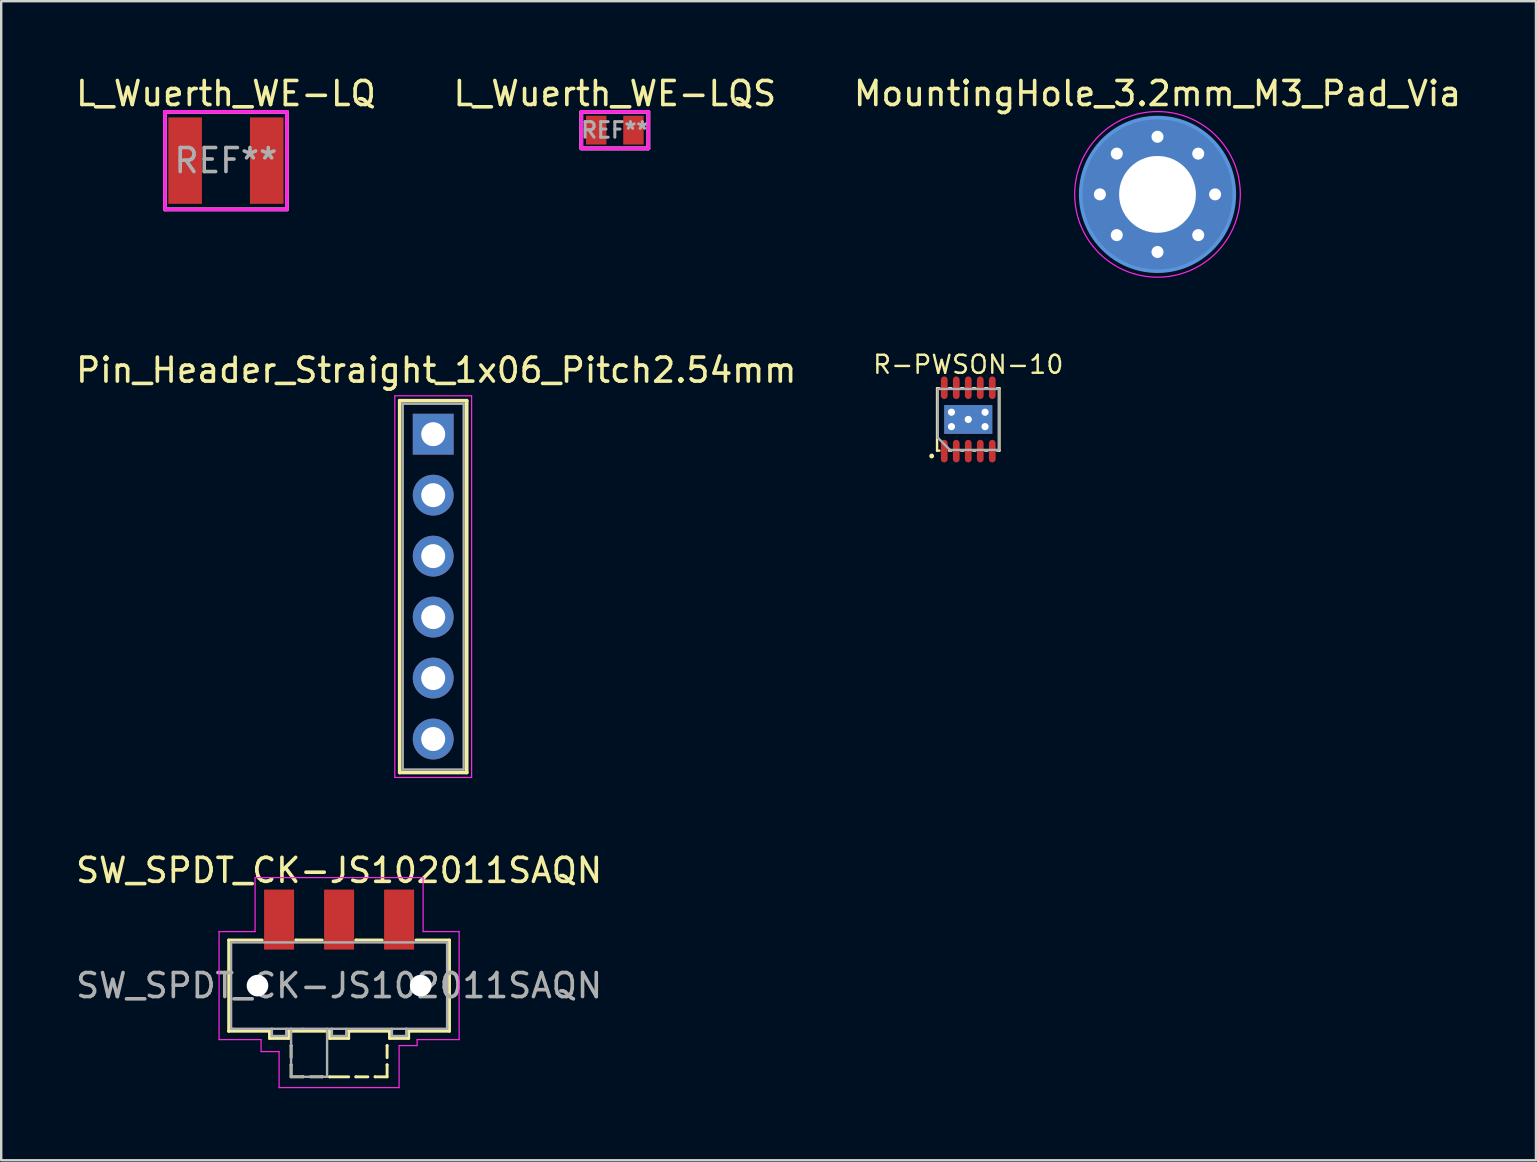
<source format=kicad_pcb>
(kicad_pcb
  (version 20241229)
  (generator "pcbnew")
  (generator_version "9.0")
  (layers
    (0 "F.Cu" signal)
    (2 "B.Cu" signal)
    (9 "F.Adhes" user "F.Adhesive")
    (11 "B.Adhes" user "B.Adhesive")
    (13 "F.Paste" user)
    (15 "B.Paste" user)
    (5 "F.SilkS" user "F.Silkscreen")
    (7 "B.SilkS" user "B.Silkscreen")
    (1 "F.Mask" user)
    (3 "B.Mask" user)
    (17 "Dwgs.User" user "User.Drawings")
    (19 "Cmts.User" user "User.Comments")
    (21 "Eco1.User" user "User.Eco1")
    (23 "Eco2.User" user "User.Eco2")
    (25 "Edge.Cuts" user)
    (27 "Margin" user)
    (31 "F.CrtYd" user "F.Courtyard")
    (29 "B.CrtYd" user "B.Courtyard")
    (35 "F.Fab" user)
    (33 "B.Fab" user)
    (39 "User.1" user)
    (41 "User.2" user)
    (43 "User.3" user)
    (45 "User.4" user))
  (footprint "R-PWSON-10"
    (layer "F.Cu")
    (at 37.289 14.424)
    (property "Reference" "R-PWSON-10" (at 0 -2.286 0) (layer "F.SilkS") (effects (font (size 0.75 0.75) (thickness 0.1))))
    (attr through_hole)
    (fp_line (start -1.3 -1.3) (end -1.3 1.3) (stroke (width 0.1) (type solid)) (layer "F.SilkS"))
    (fp_line (start -1.3 -1.3) (end -1.2 -1.3) (stroke (width 0.1) (type solid)) (layer "F.SilkS"))
    (fp_line (start -1.3 1.3) (end -1.2 1.3) (stroke (width 0.1) (type solid)) (layer "F.SilkS"))
    (fp_line (start -0.8 -1.3) (end -0.7 -1.3) (stroke (width 0.1) (type solid)) (layer "F.SilkS"))
    (fp_line (start -0.8 1.3) (end -0.7 1.3) (stroke (width 0.1) (type solid)) (layer "F.SilkS"))
    (fp_line (start -0.3 -1.3) (end -0.2 -1.3) (stroke (width 0.1) (type solid)) (layer "F.SilkS"))
    (fp_line (start -0.3 1.3) (end -0.2 1.3) (stroke (width 0.1) (type solid)) (layer "F.SilkS"))
    (fp_line (start 0.3 -1.3) (end 0.2 -1.3) (stroke (width 0.1) (type solid)) (layer "F.SilkS"))
    (fp_line (start 0.3 1.3) (end 0.2 1.3) (stroke (width 0.1) (type solid)) (layer "F.SilkS"))
    (fp_line (start 0.8 -1.3) (end 0.7 -1.3) (stroke (width 0.1) (type solid)) (layer "F.SilkS"))
    (fp_line (start 0.8 1.3) (end 0.7 1.3) (stroke (width 0.1) (type solid)) (layer "F.SilkS"))
    (fp_line (start 1.3 -1.3) (end 1.2 -1.3) (stroke (width 0.1) (type solid)) (layer "F.SilkS"))
    (fp_line (start 1.3 1.3) (end 1.2 1.3) (stroke (width 0.1) (type solid)) (layer "F.SilkS"))
    (fp_line (start 1.3 1.3) (end 1.3 -1.3) (stroke (width 0.1) (type solid)) (layer "F.SilkS"))
    (fp_circle (center -1.524 1.524) (end -1.524 1.473) (stroke (width 0.1) (type solid)) (fill no) (layer "F.SilkS"))
    (fp_line (start -1.27 -1.27) (end 1.27 -1.27) (stroke (width 0.1) (type solid)) (layer "F.Fab"))
    (fp_line (start -1.27 0.762) (end -1.27 -1.27) (stroke (width 0.1) (type solid)) (layer "F.Fab"))
    (fp_line (start -0.762 1.27) (end -1.27 0.762) (stroke (width 0.1) (type solid)) (layer "F.Fab"))
    (fp_line (start 1.27 -1.27) (end 1.27 1.27) (stroke (width 0.1) (type solid)) (layer "F.Fab"))
    (fp_line (start 1.27 1.27) (end -0.762 1.27) (stroke (width 0.1) (type solid)) (layer "F.Fab"))
    (pad "1" smd oval (at -1 1.32) (size 0.28 0.94) (layers "F.Cu" "F.Mask" "F.Paste"))
    (pad "2" smd oval (at -0.5 1.32) (size 0.28 0.94) (layers "F.Cu" "F.Mask" "F.Paste"))
    (pad "3" smd oval (at 0 1.32) (size 0.28 0.94) (layers "F.Cu" "F.Mask" "F.Paste"))
    (pad "4" smd oval (at 0.5 1.32) (size 0.28 0.94) (layers "F.Cu" "F.Mask" "F.Paste"))
    (pad "5" smd oval (at 1 1.32) (size 0.28 0.94) (layers "F.Cu" "F.Mask" "F.Paste"))
    (pad "6" smd oval (at 1 -1.32) (size 0.28 0.94) (layers "F.Cu" "F.Mask" "F.Paste"))
    (pad "7" smd oval (at 0.5 -1.32) (size 0.28 0.94) (layers "F.Cu" "F.Mask" "F.Paste"))
    (pad "8" smd oval (at 0 -1.32) (size 0.28 0.94) (layers "F.Cu" "F.Mask" "F.Paste"))
    (pad "9" smd oval (at -0.5 -1.32) (size 0.28 0.94) (layers "F.Cu" "F.Mask" "F.Paste"))
    (pad "10" smd oval (at -1 -1.32) (size 0.28 0.94) (layers "F.Cu" "F.Mask" "F.Paste"))
    (pad "11" thru_hole circle (at -0.7 -0.3) (size 0.4 0.4) (drill 0.3) (layers "*.Cu" "*.Mask"))
    (pad "11" thru_hole circle (at -0.7 0.3) (size 0.4 0.4) (drill 0.3) (layers "*.Cu" "*.Mask"))
    (pad "11" thru_hole rect (at 0 0) (size 2 1.2) (drill 0.3) (layers "*.Cu" "*.Mask"))
    (pad "11" thru_hole circle (at 0.7 -0.3) (size 0.4 0.4) (drill 0.3) (layers "*.Cu" "*.Mask"))
    (pad "11" thru_hole circle (at 0.7 0.3) (size 0.4 0.4) (drill 0.3) (layers "*.Cu" "*.Mask")))
  (footprint "L_Wuerth_WE-LQ"
    (layer "F.Cu")
    (at 6.363 3.642)
    (property "Reference" "L_Wuerth_WE-LQ" (at 0 -2.794 0) (layer "F.SilkS") (effects (font (size 1 1) (thickness 0.15))))
    (attr through_hole)
    (fp_line (start -2.54 -2.032) (end 2.54 -2.032) (stroke (width 0.15) (type solid)) (layer "F.SilkS"))
    (fp_line (start -2.54 2.032) (end -2.54 -2.032) (stroke (width 0.15) (type solid)) (layer "F.SilkS"))
    (fp_line (start 2.54 -2.032) (end 2.54 2.032) (stroke (width 0.15) (type solid)) (layer "F.SilkS"))
    (fp_line (start 2.54 2.032) (end -2.54 2.032) (stroke (width 0.15) (type solid)) (layer "F.SilkS"))
    (fp_line (start -2.54 -2.032) (end 2.54 -2.032) (stroke (width 0.15) (type solid)) (layer "F.CrtYd"))
    (fp_line (start -2.54 2.032) (end -2.54 -2.032) (stroke (width 0.15) (type solid)) (layer "F.CrtYd"))
    (fp_line (start 2.54 -2.032) (end 2.54 2.032) (stroke (width 0.15) (type solid)) (layer "F.CrtYd"))
    (fp_line (start 2.54 2.032) (end -2.54 2.032) (stroke (width 0.15) (type solid)) (layer "F.CrtYd"))
    (fp_line (start -2.54 -2.032) (end 2.54 -2.032) (stroke (width 0.15) (type solid)) (layer "F.Fab"))
    (fp_line (start -2.54 2.032) (end -2.54 -2.032) (stroke (width 0.15) (type solid)) (layer "F.Fab"))
    (fp_line (start 2.54 -2.032) (end 2.54 2.032) (stroke (width 0.15) (type solid)) (layer "F.Fab"))
    (fp_line (start 2.54 2.032) (end -2.54 2.032) (stroke (width 0.15) (type solid)) (layer "F.Fab"))
    (fp_text user "REF**" (at 0 0 0) (layer "F.Fab") (effects (font (size 1 1) (thickness 0.15))))
    (pad "1" smd rect (at -1.7 0) (size 1.4 3.6) (layers "F.Cu" "F.Mask" "F.Paste"))
    (pad "2" smd rect (at 1.7 0) (size 1.4 3.6) (layers "F.Cu" "F.Mask" "F.Paste")))
  (footprint "Pin_Header_Straight_1x06_Pitch2.54mm"
    (layer "F.Cu")
    (at 14.998 15.039)
    (property "Reference" "Pin_Header_Straight_1x06_Pitch2.54mm" (at 0.127 -2.667 180) (layer "F.SilkS") (effects (font (size 1 1) (thickness 0.15))))
    (attr through_hole)
    (fp_line (start -1.397 -1.397) (end -1.397 14.097) (stroke (width 0.15) (type solid)) (layer "F.SilkS"))
    (fp_line (start 1.397 -1.397) (end -1.397 -1.397) (stroke (width 0.15) (type solid)) (layer "F.SilkS"))
    (fp_line (start 1.397 -1.397) (end 1.397 14.097) (stroke (width 0.15) (type solid)) (layer "F.SilkS"))
    (fp_line (start 1.397 14.097) (end -1.397 14.097) (stroke (width 0.15) (type solid)) (layer "F.SilkS"))
    (fp_line (start -1.6 -1.6) (end -1.6 14.3) (stroke (width 0.05) (type solid)) (layer "F.CrtYd"))
    (fp_line (start -1.6 14.3) (end 1.6 14.3) (stroke (width 0.05) (type solid)) (layer "F.CrtYd"))
    (fp_line (start 1.6 -1.6) (end -1.6 -1.6) (stroke (width 0.05) (type solid)) (layer "F.CrtYd"))
    (fp_line (start 1.6 14.3) (end 1.6 -1.6) (stroke (width 0.05) (type solid)) (layer "F.CrtYd"))
    (fp_line (start -1.27 -1.27) (end -1.27 13.97) (stroke (width 0.1) (type solid)) (layer "F.Fab"))
    (fp_line (start -1.27 13.97) (end 1.27 13.97) (stroke (width 0.1) (type solid)) (layer "F.Fab"))
    (fp_line (start 1.27 -1.27) (end -1.27 -1.27) (stroke (width 0.1) (type solid)) (layer "F.Fab"))
    (fp_line (start 1.27 13.97) (end 1.27 -1.27) (stroke (width 0.1) (type solid)) (layer "F.Fab"))
    (pad "1" thru_hole rect (at 0 0) (size 1.7 1.7) (drill 1) (layers "*.Cu" "*.Mask"))
    (pad "2" thru_hole oval (at 0 2.54 90) (size 1.7 1.7) (drill 1) (layers "*.Cu" "*.Mask"))
    (pad "3" thru_hole oval (at 0 5.08) (size 1.7 1.7) (drill 1) (layers "*.Cu" "*.Mask"))
    (pad "4" thru_hole oval (at 0 7.62) (size 1.7 1.7) (drill 1) (layers "*.Cu" "*.Mask"))
    (pad "5" thru_hole oval (at 0 10.16) (size 1.7 1.7) (drill 1) (layers "*.Cu" "*.Mask"))
    (pad "6" thru_hole oval (at 0 12.7) (size 1.7 1.7) (drill 1) (layers "*.Cu" "*.Mask")))
  (footprint "L_Wuerth_WE-LQS"
    (layer "F.Cu")
    (at 22.565 2.372)
    (property "Reference" "L_Wuerth_WE-LQS" (at 0 -1.524 0) (layer "F.SilkS") (effects (font (size 1 1) (thickness 0.15))))
    (attr through_hole)
    (fp_line (start -1.397 -0.762) (end -1.397 0.762) (stroke (width 0.15) (type solid)) (layer "F.SilkS"))
    (fp_line (start -1.397 0.762) (end 1.397 0.762) (stroke (width 0.15) (type solid)) (layer "F.SilkS"))
    (fp_line (start 1.397 -0.762) (end -1.397 -0.762) (stroke (width 0.15) (type solid)) (layer "F.SilkS"))
    (fp_line (start 1.397 0.762) (end 1.397 -0.762) (stroke (width 0.15) (type solid)) (layer "F.SilkS"))
    (fp_line (start -1.397 -0.762) (end 1.397 -0.762) (stroke (width 0.15) (type solid)) (layer "F.CrtYd"))
    (fp_line (start -1.397 0.762) (end -1.397 -0.762) (stroke (width 0.15) (type solid)) (layer "F.CrtYd"))
    (fp_line (start 1.397 -0.762) (end 1.397 0.762) (stroke (width 0.15) (type solid)) (layer "F.CrtYd"))
    (fp_line (start 1.397 0.762) (end -1.397 0.762) (stroke (width 0.15) (type solid)) (layer "F.CrtYd"))
    (fp_line (start -1.397 -0.762) (end 1.397 -0.762) (stroke (width 0.15) (type solid)) (layer "F.Fab"))
    (fp_line (start -1.397 0.762) (end -1.397 -0.762) (stroke (width 0.15) (type solid)) (layer "F.Fab"))
    (fp_line (start 1.397 -0.762) (end 1.397 0.762) (stroke (width 0.15) (type solid)) (layer "F.Fab"))
    (fp_line (start 1.397 0.762) (end -1.397 0.762) (stroke (width 0.15) (type solid)) (layer "F.Fab"))
    (fp_text user "REF**" (at 0 0 0) (layer "F.Fab") (effects (font (size 0.65 0.65) (thickness 0.125))))
    (pad "1" smd rect (at -0.775 0) (size 0.85 1.2) (layers "F.Cu" "F.Mask" "F.Paste"))
    (pad "2" smd rect (at 0.775 0) (size 0.85 1.2) (layers "F.Cu" "F.Mask" "F.Paste")))
  (footprint "MountingHole_3.2mm_M3_Pad_Via"
    (layer "F.Cu")
    (at 45.173 5.048)
    (property "Reference" "MountingHole_3.2mm_M3_Pad_Via" (at 0 -4.2 0) (layer "F.SilkS") (effects (font (size 1 1) (thickness 0.15))))
    (attr through_hole)
    (fp_circle (center 0 0) (end 3.2 0) (stroke (width 0.15) (type solid)) (fill no) (layer "Cmts.User"))
    (fp_circle (center 0 0) (end 3.45 0) (stroke (width 0.05) (type solid)) (fill no) (layer "F.CrtYd"))
    (pad "1" thru_hole circle (at -2.4 0) (size 0.6 0.6) (drill 0.5) (layers "*.Cu" "*.Mask"))
    (pad "1" thru_hole circle (at -1.697 -1.697) (size 0.6 0.6) (drill 0.5) (layers "*.Cu" "*.Mask"))
    (pad "1" thru_hole circle (at -1.697 1.697) (size 0.6 0.6) (drill 0.5) (layers "*.Cu" "*.Mask"))
    (pad "1" thru_hole circle (at 0 -2.4) (size 0.6 0.6) (drill 0.5) (layers "*.Cu" "*.Mask"))
    (pad "1" thru_hole circle (at 0 0) (size 6.4 6.4) (drill 3.2) (layers "*.Cu" "*.Mask"))
    (pad "1" thru_hole circle (at 0 2.4) (size 0.6 0.6) (drill 0.5) (layers "*.Cu" "*.Mask"))
    (pad "1" thru_hole circle (at 1.697 -1.697) (size 0.6 0.6) (drill 0.5) (layers "*.Cu" "*.Mask"))
    (pad "1" thru_hole circle (at 1.697 1.697) (size 0.6 0.6) (drill 0.5) (layers "*.Cu" "*.Mask"))
    (pad "1" thru_hole circle (at 2.4 0) (size 0.6 0.6) (drill 0.5) (layers "*.Cu" "*.Mask")))
  (footprint "SW_SPDT_CK-JS102011SAQN"
    (layer "F.Cu")
    (at 11.077 38.012)
    (property "Reference" "SW_SPDT_CK-JS102011SAQN" (at 0 -4.8 0) (layer "F.SilkS") (effects (font (size 1 1) (thickness 0.15))))
    (attr smd)
    (fp_line (start -4.6 -1.9) (end -3.2 -1.9) (stroke (width 0.12) (type solid)) (layer "F.SilkS"))
    (fp_line (start -4.6 1.9) (end -4.6 -1.9) (stroke (width 0.12) (type solid)) (layer "F.SilkS"))
    (fp_line (start -4.6 1.9) (end -4.6 1.9) (stroke (width 0.12) (type solid)) (layer "F.SilkS"))
    (fp_line (start -2.9 1.9) (end -4.6 1.9) (stroke (width 0.12) (type solid)) (layer "F.SilkS"))
    (fp_line (start -2.9 2.2) (end -2.9 1.9) (stroke (width 0.12) (type solid)) (layer "F.SilkS"))
    (fp_line (start -2.1 1.9) (end -2.1 2.2) (stroke (width 0.12) (type solid)) (layer "F.SilkS"))
    (fp_line (start -2.1 2.2) (end -2.9 2.2) (stroke (width 0.12) (type solid)) (layer "F.SilkS"))
    (fp_line (start -2 2.5) (end -2 2.5) (stroke (width 0.12) (type solid)) (layer "F.SilkS"))
    (fp_line (start -2 3) (end -2 2.5) (stroke (width 0.12) (type solid)) (layer "F.SilkS"))
    (fp_line (start -2 3.3) (end -2 3.3) (stroke (width 0.12) (type solid)) (layer "F.SilkS"))
    (fp_line (start -2 3.8) (end -2 3.3) (stroke (width 0.12) (type solid)) (layer "F.SilkS"))
    (fp_line (start -2 3.8) (end -1.5 3.8) (stroke (width 0.12) (type solid)) (layer "F.SilkS"))
    (fp_line (start -1.8 -1.9) (end -1.8 -1.9) (stroke (width 0.12) (type solid)) (layer "F.SilkS"))
    (fp_line (start -1.5 3.8) (end -1.5 3.8) (stroke (width 0.12) (type solid)) (layer "F.SilkS"))
    (fp_line (start -1.2 3.8) (end -0.7 3.8) (stroke (width 0.12) (type solid)) (layer "F.SilkS"))
    (fp_line (start -0.7 -1.9) (end -1.8 -1.9) (stroke (width 0.12) (type solid)) (layer "F.SilkS"))
    (fp_line (start -0.7 3.8) (end -0.7 3.8) (stroke (width 0.12) (type solid)) (layer "F.SilkS"))
    (fp_line (start -0.4 1.9) (end -2.1 1.9) (stroke (width 0.12) (type solid)) (layer "F.SilkS"))
    (fp_line (start -0.4 2.2) (end -0.4 1.9) (stroke (width 0.12) (type solid)) (layer "F.SilkS"))
    (fp_line (start -0.4 3.8) (end -0.4 3.8) (stroke (width 0.12) (type solid)) (layer "F.SilkS"))
    (fp_line (start 0.4 1.9) (end 0.4 2.2) (stroke (width 0.12) (type solid)) (layer "F.SilkS"))
    (fp_line (start 0.4 2.2) (end -0.4 2.2) (stroke (width 0.12) (type solid)) (layer "F.SilkS"))
    (fp_line (start 0.4 3.8) (end -0.4 3.8) (stroke (width 0.12) (type solid)) (layer "F.SilkS"))
    (fp_line (start 0.7 -1.9) (end 0.7 -1.9) (stroke (width 0.12) (type solid)) (layer "F.SilkS"))
    (fp_line (start 0.7 3.8) (end 0.7 3.8) (stroke (width 0.12) (type solid)) (layer "F.SilkS"))
    (fp_line (start 1.2 3.8) (end 0.7 3.8) (stroke (width 0.12) (type solid)) (layer "F.SilkS"))
    (fp_line (start 1.5 3.8) (end 1.5 3.8) (stroke (width 0.12) (type solid)) (layer "F.SilkS"))
    (fp_line (start 1.8 -1.9) (end 0.7 -1.9) (stroke (width 0.12) (type solid)) (layer "F.SilkS"))
    (fp_line (start 2 2.5) (end 2 2.5) (stroke (width 0.12) (type solid)) (layer "F.SilkS"))
    (fp_line (start 2 3) (end 2 2.5) (stroke (width 0.12) (type solid)) (layer "F.SilkS"))
    (fp_line (start 2 3.3) (end 2 3.3) (stroke (width 0.12) (type solid)) (layer "F.SilkS"))
    (fp_line (start 2 3.8) (end 1.5 3.8) (stroke (width 0.12) (type solid)) (layer "F.SilkS"))
    (fp_line (start 2 3.8) (end 2 3.3) (stroke (width 0.12) (type solid)) (layer "F.SilkS"))
    (fp_line (start 2.1 1.9) (end 0.4 1.9) (stroke (width 0.12) (type solid)) (layer "F.SilkS"))
    (fp_line (start 2.1 2.2) (end 2.1 1.9) (stroke (width 0.12) (type solid)) (layer "F.SilkS"))
    (fp_line (start 2.9 1.9) (end 2.9 2.2) (stroke (width 0.12) (type solid)) (layer "F.SilkS"))
    (fp_line (start 2.9 2.2) (end 2.1 2.2) (stroke (width 0.12) (type solid)) (layer "F.SilkS"))
    (fp_line (start 3.2 -1.9) (end 4.6 -1.9) (stroke (width 0.12) (type solid)) (layer "F.SilkS"))
    (fp_line (start 4.6 -1.9) (end 4.6 1.9) (stroke (width 0.12) (type solid)) (layer "F.SilkS"))
    (fp_line (start 4.6 1.9) (end 2.9 1.9) (stroke (width 0.12) (type solid)) (layer "F.SilkS"))
    (fp_line (start -5 -2.25) (end -5 -2.25) (stroke (width 0.05) (type solid)) (layer "F.CrtYd"))
    (fp_line (start -5 -2.25) (end -5 2.25) (stroke (width 0.05) (type solid)) (layer "F.CrtYd"))
    (fp_line (start -5 2.25) (end -3.25 2.25) (stroke (width 0.05) (type solid)) (layer "F.CrtYd"))
    (fp_line (start -3.5 -4.5) (end -3.5 -2.25) (stroke (width 0.05) (type solid)) (layer "F.CrtYd"))
    (fp_line (start -3.5 -2.25) (end -5 -2.25) (stroke (width 0.05) (type solid)) (layer "F.CrtYd"))
    (fp_line (start -3.25 2.25) (end -3.25 2.75) (stroke (width 0.05) (type solid)) (layer "F.CrtYd"))
    (fp_line (start -3.25 2.75) (end -2.5 2.75) (stroke (width 0.05) (type solid)) (layer "F.CrtYd"))
    (fp_line (start -2.5 2.75) (end -2.5 4.25) (stroke (width 0.05) (type solid)) (layer "F.CrtYd"))
    (fp_line (start -2.5 4.25) (end 2.5 4.25) (stroke (width 0.05) (type solid)) (layer "F.CrtYd"))
    (fp_line (start 2.5 2.5) (end 3.25 2.5) (stroke (width 0.05) (type solid)) (layer "F.CrtYd"))
    (fp_line (start 2.5 4.25) (end 2.5 2.5) (stroke (width 0.05) (type solid)) (layer "F.CrtYd"))
    (fp_line (start 3.25 2.25) (end 5 2.25) (stroke (width 0.05) (type solid)) (layer "F.CrtYd"))
    (fp_line (start 3.25 2.5) (end 3.25 2.25) (stroke (width 0.05) (type solid)) (layer "F.CrtYd"))
    (fp_line (start 3.5 -4.5) (end -3.5 -4.5) (stroke (width 0.05) (type solid)) (layer "F.CrtYd"))
    (fp_line (start 3.5 -2.25) (end 3.5 -4.5) (stroke (width 0.05) (type solid)) (layer "F.CrtYd"))
    (fp_line (start 5 -2.25) (end 3.5 -2.25) (stroke (width 0.05) (type solid)) (layer "F.CrtYd"))
    (fp_line (start 5 2.25) (end 5 -2.25) (stroke (width 0.05) (type solid)) (layer "F.CrtYd"))
    (fp_line (start -4.5 -1.8) (end -4.5 1.8) (stroke (width 0.1) (type solid)) (layer "F.Fab"))
    (fp_line (start -4.5 -1.8) (end 4.5 -1.8) (stroke (width 0.1) (type solid)) (layer "F.Fab"))
    (fp_line (start -4.5 1.8) (end -4.5 1.8) (stroke (width 0.1) (type solid)) (layer "F.Fab"))
    (fp_line (start -4.5 1.8) (end -4.5 1.8) (stroke (width 0.1) (type solid)) (layer "F.Fab"))
    (fp_line (start -4.4 1.8) (end -4.5 1.8) (stroke (width 0.1) (type solid)) (layer "F.Fab"))
    (fp_line (start -2.8 1.8) (end -2.8 1.8) (stroke (width 0.1) (type solid)) (layer "F.Fab"))
    (fp_line (start -2.8 2.1) (end -2.8 1.8) (stroke (width 0.1) (type solid)) (layer "F.Fab"))
    (fp_line (start -2.2 1.8) (end -2.2 2.1) (stroke (width 0.1) (type solid)) (layer "F.Fab"))
    (fp_line (start -2.2 2.1) (end -2.8 2.1) (stroke (width 0.1) (type solid)) (layer "F.Fab"))
    (fp_line (start -2 1.8) (end -2 1.8) (stroke (width 0.1) (type solid)) (layer "F.Fab"))
    (fp_line (start -2 3.8) (end -2 1.8) (stroke (width 0.1) (type solid)) (layer "F.Fab"))
    (fp_line (start -1.5 1.8) (end -1.5 1.8) (stroke (width 0.1) (type solid)) (layer "F.Fab"))
    (fp_line (start -0.5 1.8) (end -0.5 3.8) (stroke (width 0.1) (type solid)) (layer "F.Fab"))
    (fp_line (start -0.5 3.8) (end -2 3.8) (stroke (width 0.1) (type solid)) (layer "F.Fab"))
    (fp_line (start -0.3 1.8) (end -0.3 1.8) (stroke (width 0.1) (type solid)) (layer "F.Fab"))
    (fp_line (start -0.3 2.1) (end -0.3 1.8) (stroke (width 0.1) (type solid)) (layer "F.Fab"))
    (fp_line (start 0.3 1.8) (end 0.3 2.1) (stroke (width 0.1) (type solid)) (layer "F.Fab"))
    (fp_line (start 0.3 2.1) (end -0.3 2.1) (stroke (width 0.1) (type solid)) (layer "F.Fab"))
    (fp_line (start 2.2 1.8) (end 2.2 2.1) (stroke (width 0.1) (type solid)) (layer "F.Fab"))
    (fp_line (start 2.2 2.1) (end 2.8 2.1) (stroke (width 0.1) (type solid)) (layer "F.Fab"))
    (fp_line (start 2.8 1.8) (end 2.8 1.8) (stroke (width 0.1) (type solid)) (layer "F.Fab"))
    (fp_line (start 2.8 2.1) (end 2.8 1.8) (stroke (width 0.1) (type solid)) (layer "F.Fab"))
    (fp_line (start 4.5 -1.8) (end 4.5 1.8) (stroke (width 0.1) (type solid)) (layer "F.Fab"))
    (fp_line (start 4.5 1.8) (end -4.4 1.8) (stroke (width 0.1) (type solid)) (layer "F.Fab"))
    (fp_text user "${REFERENCE}" (at 0 0 0) (layer "F.Fab") (effects (font (size 1 1) (thickness 0.15))))
    (pad "" np_thru_hole circle (at -3.4 0) (size 0.9 0.9) (drill 0.9) (layers "*.Cu" "*.Mask"))
    (pad "" np_thru_hole circle (at 3.4 0) (size 0.9 0.9) (drill 0.9) (layers "*.Cu" "*.Mask"))
    (pad "1" smd rect (at -2.5 -2.75) (size 1.25 2.5) (layers "F.Cu" "F.Mask" "F.Paste"))
    (pad "2" smd rect (at 0 -2.75) (size 1.25 2.5) (layers "F.Cu" "F.Mask" "F.Paste"))
    (pad "3" smd rect (at 2.5 -2.75) (size 1.25 2.5) (layers "F.Cu" "F.Mask" "F.Paste")))
  (gr_rect
    (start -3 -3)
    (end 60.94 45.287)
    (stroke (width 0.1) (type default))
    (fill no)
    (layer "Edge.Cuts")))
</source>
